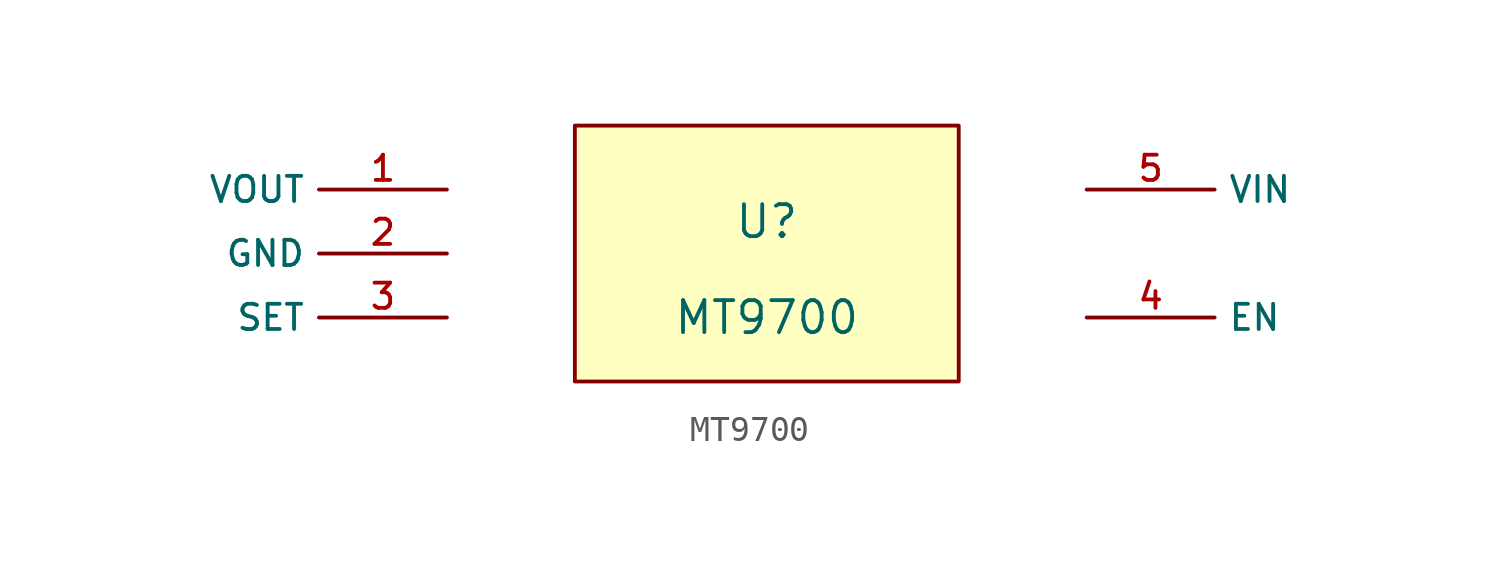
<source format=kicad_sym>
(kicad_symbol_lib
  (version 20210201)
  (generator TousstNicolas/JLC2KiCad_lib)
  (symbol "MT9700"
    (property "Reference" "U"
      (at 0 1.27 0)
      (effects (font (size 1.27 1.27))))
    (property "Value" "MT9700"
      (at 0 -2.54 0)
      (effects (font (size 1.27 1.27))))
    (symbol "MT9700_0_1"
      (rectangle (start -7.62 5.08) (end 7.62 -5.08) (stroke (width 0) (type default) (color 0 0 0 0)) (fill (type background)))
      (pin unspecified line (at -12.7 2.54 180) (length 5.08) (name "VOUT" (effects (font (size 1 1)))) (number "1" (effects (font (size 1 1)))))
      (pin unspecified line (at -12.7 -0.0 180) (length 5.08) (name "GND" (effects (font (size 1 1)))) (number "2" (effects (font (size 1 1)))))
      (pin unspecified line (at -12.7 -2.54 180) (length 5.08) (name "SET" (effects (font (size 1 1)))) (number "3" (effects (font (size 1 1)))))
      (pin unspecified line (at 12.7 -2.54 0) (length 5.08) (name "EN" (effects (font (size 1 1)))) (number "4" (effects (font (size 1 1)))))
      (pin unspecified line (at 12.7 2.54 0) (length 5.08) (name "VIN" (effects (font (size 1 1)))) (number "5" (effects (font (size 1 1))))))))
</source>
